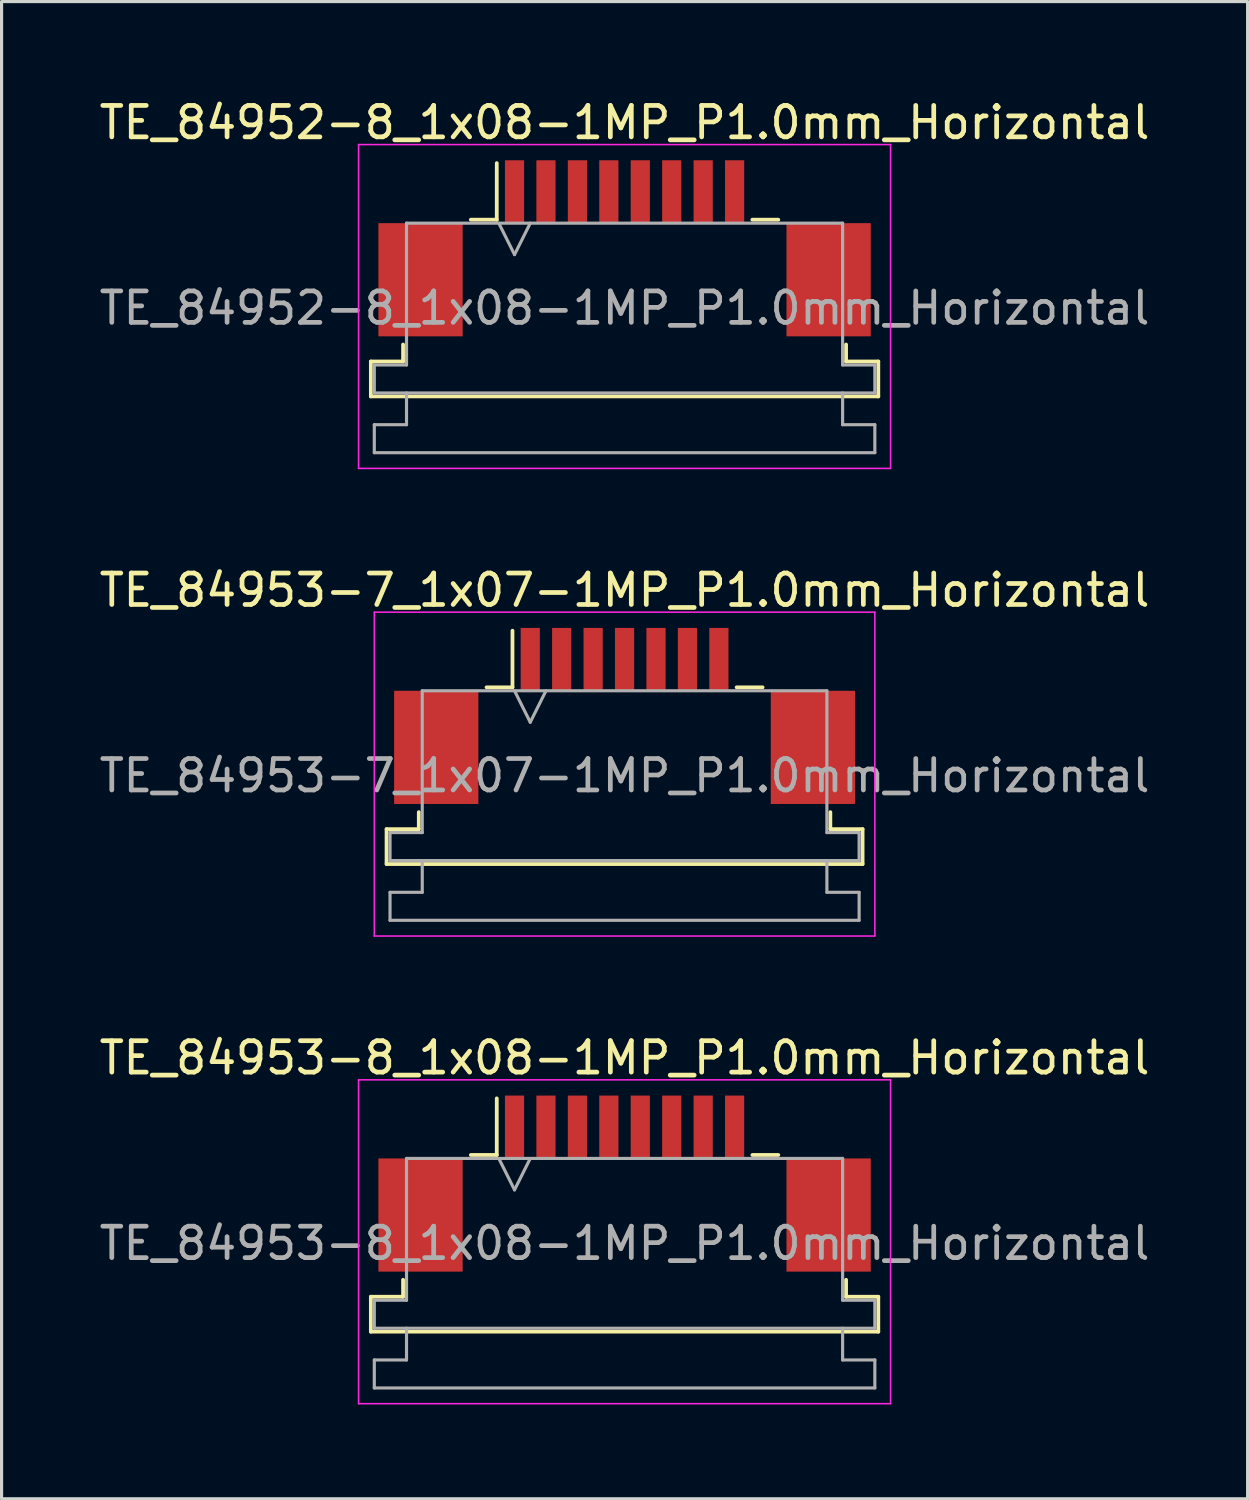
<source format=kicad_pcb>
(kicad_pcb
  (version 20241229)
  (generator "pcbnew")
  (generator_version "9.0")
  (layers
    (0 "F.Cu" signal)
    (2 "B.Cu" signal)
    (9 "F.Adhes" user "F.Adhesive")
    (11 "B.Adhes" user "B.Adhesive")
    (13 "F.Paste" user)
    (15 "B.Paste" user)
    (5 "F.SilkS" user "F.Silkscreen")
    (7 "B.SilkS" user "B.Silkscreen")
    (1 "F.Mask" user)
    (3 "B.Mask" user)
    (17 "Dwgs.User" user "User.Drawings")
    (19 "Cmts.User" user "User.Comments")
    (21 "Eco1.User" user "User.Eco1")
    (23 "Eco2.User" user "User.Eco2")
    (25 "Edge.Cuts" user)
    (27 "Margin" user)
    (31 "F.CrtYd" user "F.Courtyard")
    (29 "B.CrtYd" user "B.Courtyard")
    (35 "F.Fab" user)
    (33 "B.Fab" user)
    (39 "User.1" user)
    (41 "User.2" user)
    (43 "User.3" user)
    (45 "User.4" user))
  (footprint "TE_84952-8_1x08-1MP_P1.0mm_Horizontal"
    (layer "F.Cu")
    (at 16.815 4.848)
    (property "Reference" "TE_84952-8_1x08-1MP_P1.0mm_Horizontal" (at 0 -4 0) (layer "F.SilkS") (effects (font (size 1 1) (thickness 0.15))))
    (attr smd)
    (fp_line (start -8.07 3.6) (end -7.045 3.6) (stroke (width 0.12) (type solid)) (layer "F.SilkS"))
    (fp_line (start -8.07 4.71) (end -8.07 3.6) (stroke (width 0.12) (type solid)) (layer "F.SilkS"))
    (fp_line (start -7.045 3.6) (end -7.045 3.06) (stroke (width 0.12) (type solid)) (layer "F.SilkS"))
    (fp_line (start -4.89 -0.91) (end -4.065 -0.91) (stroke (width 0.12) (type solid)) (layer "F.SilkS"))
    (fp_line (start -4.065 -0.91) (end -4.065 -2.71) (stroke (width 0.12) (type solid)) (layer "F.SilkS"))
    (fp_line (start 4.065 -0.91) (end 4.89 -0.91) (stroke (width 0.12) (type solid)) (layer "F.SilkS"))
    (fp_line (start 7.045 3.06) (end 7.045 3.6) (stroke (width 0.12) (type solid)) (layer "F.SilkS"))
    (fp_line (start 7.045 3.6) (end 8.07 3.6) (stroke (width 0.12) (type solid)) (layer "F.SilkS"))
    (fp_line (start 8.07 3.6) (end 8.07 4.71) (stroke (width 0.12) (type solid)) (layer "F.SilkS"))
    (fp_line (start 8.07 4.71) (end -8.07 4.71) (stroke (width 0.12) (type solid)) (layer "F.SilkS"))
    (fp_line (start -8.46 -3.3) (end -8.46 7) (stroke (width 0.05) (type solid)) (layer "F.CrtYd"))
    (fp_line (start -8.46 7) (end 8.46 7) (stroke (width 0.05) (type solid)) (layer "F.CrtYd"))
    (fp_line (start 8.46 -3.3) (end -8.46 -3.3) (stroke (width 0.05) (type solid)) (layer "F.CrtYd"))
    (fp_line (start 8.46 7) (end 8.46 -3.3) (stroke (width 0.05) (type solid)) (layer "F.CrtYd"))
    (fp_line (start -7.96 3.71) (end -6.935 3.71) (stroke (width 0.1) (type solid)) (layer "F.Fab"))
    (fp_line (start -7.96 4.6) (end -7.96 3.71) (stroke (width 0.1) (type solid)) (layer "F.Fab"))
    (fp_line (start -7.96 5.61) (end -6.935 5.61) (stroke (width 0.1) (type solid)) (layer "F.Fab"))
    (fp_line (start -7.96 6.5) (end -7.96 5.61) (stroke (width 0.1) (type solid)) (layer "F.Fab"))
    (fp_line (start -6.935 -0.8) (end 6.935 -0.8) (stroke (width 0.1) (type solid)) (layer "F.Fab"))
    (fp_line (start -6.935 3.71) (end -6.935 -0.8) (stroke (width 0.1) (type solid)) (layer "F.Fab"))
    (fp_line (start -6.935 5.61) (end -6.935 4.6) (stroke (width 0.1) (type solid)) (layer "F.Fab"))
    (fp_line (start -4 -0.8) (end -3.5 0.2) (stroke (width 0.1) (type solid)) (layer "F.Fab"))
    (fp_line (start -3.5 0.2) (end -3 -0.8) (stroke (width 0.1) (type solid)) (layer "F.Fab"))
    (fp_line (start 6.935 -0.8) (end 6.935 3.71) (stroke (width 0.1) (type solid)) (layer "F.Fab"))
    (fp_line (start 6.935 3.71) (end 7.96 3.71) (stroke (width 0.1) (type solid)) (layer "F.Fab"))
    (fp_line (start 6.935 4.6) (end 6.935 5.61) (stroke (width 0.1) (type solid)) (layer "F.Fab"))
    (fp_line (start 6.935 5.61) (end 7.96 5.61) (stroke (width 0.1) (type solid)) (layer "F.Fab"))
    (fp_line (start 7.96 3.71) (end 7.96 4.6) (stroke (width 0.1) (type solid)) (layer "F.Fab"))
    (fp_line (start 7.96 4.6) (end -7.96 4.6) (stroke (width 0.1) (type solid)) (layer "F.Fab"))
    (fp_line (start 7.96 5.61) (end 7.96 6.5) (stroke (width 0.1) (type solid)) (layer "F.Fab"))
    (fp_line (start 7.96 6.5) (end -7.96 6.5) (stroke (width 0.1) (type solid)) (layer "F.Fab"))
    (fp_text user "${REFERENCE}" (at 0 1.9 0) (layer "F.Fab") (effects (font (size 1 1) (thickness 0.15))))
    (pad "1" smd rect (at -3.5 -1.8) (size 0.61 2) (layers "F.Cu" "F.Mask" "F.Paste"))
    (pad "2" smd rect (at -2.5 -1.8) (size 0.61 2) (layers "F.Cu" "F.Mask" "F.Paste"))
    (pad "3" smd rect (at -1.5 -1.8) (size 0.61 2) (layers "F.Cu" "F.Mask" "F.Paste"))
    (pad "4" smd rect (at -0.5 -1.8) (size 0.61 2) (layers "F.Cu" "F.Mask" "F.Paste"))
    (pad "5" smd rect (at 0.5 -1.8) (size 0.61 2) (layers "F.Cu" "F.Mask" "F.Paste"))
    (pad "6" smd rect (at 1.5 -1.8) (size 0.61 2) (layers "F.Cu" "F.Mask" "F.Paste"))
    (pad "7" smd rect (at 2.5 -1.8) (size 0.61 2) (layers "F.Cu" "F.Mask" "F.Paste"))
    (pad "8" smd rect (at 3.5 -1.8) (size 0.61 2) (layers "F.Cu" "F.Mask" "F.Paste"))
    (pad "MP" smd rect (at -6.49 1) (size 2.68 3.6) (layers "F.Cu" "F.Mask" "F.Paste"))
    (pad "MP" smd rect (at 6.49 1) (size 2.68 3.6) (layers "F.Cu" "F.Mask" "F.Paste")))
  (footprint "TE_84953-7_1x07-1MP_P1.0mm_Horizontal"
    (layer "F.Cu")
    (at 16.815 19.721)
    (property "Reference" "TE_84953-7_1x07-1MP_P1.0mm_Horizontal" (at 0 -4 0) (layer "F.SilkS") (effects (font (size 1 1) (thickness 0.15))))
    (attr smd)
    (fp_line (start -7.57 3.6) (end -6.545 3.6) (stroke (width 0.12) (type solid)) (layer "F.SilkS"))
    (fp_line (start -7.57 4.71) (end -7.57 3.6) (stroke (width 0.12) (type solid)) (layer "F.SilkS"))
    (fp_line (start -6.545 3.6) (end -6.545 3.06) (stroke (width 0.12) (type solid)) (layer "F.SilkS"))
    (fp_line (start -4.39 -0.91) (end -3.565 -0.91) (stroke (width 0.12) (type solid)) (layer "F.SilkS"))
    (fp_line (start -3.565 -0.91) (end -3.565 -2.71) (stroke (width 0.12) (type solid)) (layer "F.SilkS"))
    (fp_line (start 3.565 -0.91) (end 4.39 -0.91) (stroke (width 0.12) (type solid)) (layer "F.SilkS"))
    (fp_line (start 6.545 3.06) (end 6.545 3.6) (stroke (width 0.12) (type solid)) (layer "F.SilkS"))
    (fp_line (start 6.545 3.6) (end 7.57 3.6) (stroke (width 0.12) (type solid)) (layer "F.SilkS"))
    (fp_line (start 7.57 3.6) (end 7.57 4.71) (stroke (width 0.12) (type solid)) (layer "F.SilkS"))
    (fp_line (start 7.57 4.71) (end -7.57 4.71) (stroke (width 0.12) (type solid)) (layer "F.SilkS"))
    (fp_line (start -7.96 -3.3) (end -7.96 7) (stroke (width 0.05) (type solid)) (layer "F.CrtYd"))
    (fp_line (start -7.96 7) (end 7.96 7) (stroke (width 0.05) (type solid)) (layer "F.CrtYd"))
    (fp_line (start 7.96 -3.3) (end -7.96 -3.3) (stroke (width 0.05) (type solid)) (layer "F.CrtYd"))
    (fp_line (start 7.96 7) (end 7.96 -3.3) (stroke (width 0.05) (type solid)) (layer "F.CrtYd"))
    (fp_line (start -7.46 3.71) (end -6.435 3.71) (stroke (width 0.1) (type solid)) (layer "F.Fab"))
    (fp_line (start -7.46 4.6) (end -7.46 3.71) (stroke (width 0.1) (type solid)) (layer "F.Fab"))
    (fp_line (start -7.46 5.61) (end -6.435 5.61) (stroke (width 0.1) (type solid)) (layer "F.Fab"))
    (fp_line (start -7.46 6.5) (end -7.46 5.61) (stroke (width 0.1) (type solid)) (layer "F.Fab"))
    (fp_line (start -6.435 -0.8) (end 6.435 -0.8) (stroke (width 0.1) (type solid)) (layer "F.Fab"))
    (fp_line (start -6.435 3.71) (end -6.435 -0.8) (stroke (width 0.1) (type solid)) (layer "F.Fab"))
    (fp_line (start -6.435 5.61) (end -6.435 4.6) (stroke (width 0.1) (type solid)) (layer "F.Fab"))
    (fp_line (start -3.5 -0.8) (end -3 0.2) (stroke (width 0.1) (type solid)) (layer "F.Fab"))
    (fp_line (start -3 0.2) (end -2.5 -0.8) (stroke (width 0.1) (type solid)) (layer "F.Fab"))
    (fp_line (start 6.435 -0.8) (end 6.435 3.71) (stroke (width 0.1) (type solid)) (layer "F.Fab"))
    (fp_line (start 6.435 3.71) (end 7.46 3.71) (stroke (width 0.1) (type solid)) (layer "F.Fab"))
    (fp_line (start 6.435 4.6) (end 6.435 5.61) (stroke (width 0.1) (type solid)) (layer "F.Fab"))
    (fp_line (start 6.435 5.61) (end 7.46 5.61) (stroke (width 0.1) (type solid)) (layer "F.Fab"))
    (fp_line (start 7.46 3.71) (end 7.46 4.6) (stroke (width 0.1) (type solid)) (layer "F.Fab"))
    (fp_line (start 7.46 4.6) (end -7.46 4.6) (stroke (width 0.1) (type solid)) (layer "F.Fab"))
    (fp_line (start 7.46 5.61) (end 7.46 6.5) (stroke (width 0.1) (type solid)) (layer "F.Fab"))
    (fp_line (start 7.46 6.5) (end -7.46 6.5) (stroke (width 0.1) (type solid)) (layer "F.Fab"))
    (fp_text user "${REFERENCE}" (at 0 1.9 0) (layer "F.Fab") (effects (font (size 1 1) (thickness 0.15))))
    (pad "1" smd rect (at -3 -1.8) (size 0.61 2) (layers "F.Cu" "F.Mask" "F.Paste"))
    (pad "2" smd rect (at -2 -1.8) (size 0.61 2) (layers "F.Cu" "F.Mask" "F.Paste"))
    (pad "3" smd rect (at -1 -1.8) (size 0.61 2) (layers "F.Cu" "F.Mask" "F.Paste"))
    (pad "4" smd rect (at 0 -1.8) (size 0.61 2) (layers "F.Cu" "F.Mask" "F.Paste"))
    (pad "5" smd rect (at 1 -1.8) (size 0.61 2) (layers "F.Cu" "F.Mask" "F.Paste"))
    (pad "6" smd rect (at 2 -1.8) (size 0.61 2) (layers "F.Cu" "F.Mask" "F.Paste"))
    (pad "7" smd rect (at 3 -1.8) (size 0.61 2) (layers "F.Cu" "F.Mask" "F.Paste"))
    (pad "MP" smd rect (at -5.99 1) (size 2.68 3.6) (layers "F.Cu" "F.Mask" "F.Paste"))
    (pad "MP" smd rect (at 5.99 1) (size 2.68 3.6) (layers "F.Cu" "F.Mask" "F.Paste")))
  (footprint "TE_84953-8_1x08-1MP_P1.0mm_Horizontal"
    (layer "F.Cu")
    (at 16.815 34.595)
    (property "Reference" "TE_84953-8_1x08-1MP_P1.0mm_Horizontal" (at 0 -4 0) (layer "F.SilkS") (effects (font (size 1 1) (thickness 0.15))))
    (attr smd)
    (fp_line (start -8.07 3.6) (end -7.045 3.6) (stroke (width 0.12) (type solid)) (layer "F.SilkS"))
    (fp_line (start -8.07 4.71) (end -8.07 3.6) (stroke (width 0.12) (type solid)) (layer "F.SilkS"))
    (fp_line (start -7.045 3.6) (end -7.045 3.06) (stroke (width 0.12) (type solid)) (layer "F.SilkS"))
    (fp_line (start -4.89 -0.91) (end -4.065 -0.91) (stroke (width 0.12) (type solid)) (layer "F.SilkS"))
    (fp_line (start -4.065 -0.91) (end -4.065 -2.71) (stroke (width 0.12) (type solid)) (layer "F.SilkS"))
    (fp_line (start 4.065 -0.91) (end 4.89 -0.91) (stroke (width 0.12) (type solid)) (layer "F.SilkS"))
    (fp_line (start 7.045 3.06) (end 7.045 3.6) (stroke (width 0.12) (type solid)) (layer "F.SilkS"))
    (fp_line (start 7.045 3.6) (end 8.07 3.6) (stroke (width 0.12) (type solid)) (layer "F.SilkS"))
    (fp_line (start 8.07 3.6) (end 8.07 4.71) (stroke (width 0.12) (type solid)) (layer "F.SilkS"))
    (fp_line (start 8.07 4.71) (end -8.07 4.71) (stroke (width 0.12) (type solid)) (layer "F.SilkS"))
    (fp_line (start -8.46 -3.3) (end -8.46 7) (stroke (width 0.05) (type solid)) (layer "F.CrtYd"))
    (fp_line (start -8.46 7) (end 8.46 7) (stroke (width 0.05) (type solid)) (layer "F.CrtYd"))
    (fp_line (start 8.46 -3.3) (end -8.46 -3.3) (stroke (width 0.05) (type solid)) (layer "F.CrtYd"))
    (fp_line (start 8.46 7) (end 8.46 -3.3) (stroke (width 0.05) (type solid)) (layer "F.CrtYd"))
    (fp_line (start -7.96 3.71) (end -6.935 3.71) (stroke (width 0.1) (type solid)) (layer "F.Fab"))
    (fp_line (start -7.96 4.6) (end -7.96 3.71) (stroke (width 0.1) (type solid)) (layer "F.Fab"))
    (fp_line (start -7.96 5.61) (end -6.935 5.61) (stroke (width 0.1) (type solid)) (layer "F.Fab"))
    (fp_line (start -7.96 6.5) (end -7.96 5.61) (stroke (width 0.1) (type solid)) (layer "F.Fab"))
    (fp_line (start -6.935 -0.8) (end 6.935 -0.8) (stroke (width 0.1) (type solid)) (layer "F.Fab"))
    (fp_line (start -6.935 3.71) (end -6.935 -0.8) (stroke (width 0.1) (type solid)) (layer "F.Fab"))
    (fp_line (start -6.935 5.61) (end -6.935 4.6) (stroke (width 0.1) (type solid)) (layer "F.Fab"))
    (fp_line (start -4 -0.8) (end -3.5 0.2) (stroke (width 0.1) (type solid)) (layer "F.Fab"))
    (fp_line (start -3.5 0.2) (end -3 -0.8) (stroke (width 0.1) (type solid)) (layer "F.Fab"))
    (fp_line (start 6.935 -0.8) (end 6.935 3.71) (stroke (width 0.1) (type solid)) (layer "F.Fab"))
    (fp_line (start 6.935 3.71) (end 7.96 3.71) (stroke (width 0.1) (type solid)) (layer "F.Fab"))
    (fp_line (start 6.935 4.6) (end 6.935 5.61) (stroke (width 0.1) (type solid)) (layer "F.Fab"))
    (fp_line (start 6.935 5.61) (end 7.96 5.61) (stroke (width 0.1) (type solid)) (layer "F.Fab"))
    (fp_line (start 7.96 3.71) (end 7.96 4.6) (stroke (width 0.1) (type solid)) (layer "F.Fab"))
    (fp_line (start 7.96 4.6) (end -7.96 4.6) (stroke (width 0.1) (type solid)) (layer "F.Fab"))
    (fp_line (start 7.96 5.61) (end 7.96 6.5) (stroke (width 0.1) (type solid)) (layer "F.Fab"))
    (fp_line (start 7.96 6.5) (end -7.96 6.5) (stroke (width 0.1) (type solid)) (layer "F.Fab"))
    (fp_text user "${REFERENCE}" (at 0 1.9 0) (layer "F.Fab") (effects (font (size 1 1) (thickness 0.15))))
    (pad "1" smd rect (at -3.5 -1.8) (size 0.61 2) (layers "F.Cu" "F.Mask" "F.Paste"))
    (pad "2" smd rect (at -2.5 -1.8) (size 0.61 2) (layers "F.Cu" "F.Mask" "F.Paste"))
    (pad "3" smd rect (at -1.5 -1.8) (size 0.61 2) (layers "F.Cu" "F.Mask" "F.Paste"))
    (pad "4" smd rect (at -0.5 -1.8) (size 0.61 2) (layers "F.Cu" "F.Mask" "F.Paste"))
    (pad "5" smd rect (at 0.5 -1.8) (size 0.61 2) (layers "F.Cu" "F.Mask" "F.Paste"))
    (pad "6" smd rect (at 1.5 -1.8) (size 0.61 2) (layers "F.Cu" "F.Mask" "F.Paste"))
    (pad "7" smd rect (at 2.5 -1.8) (size 0.61 2) (layers "F.Cu" "F.Mask" "F.Paste"))
    (pad "8" smd rect (at 3.5 -1.8) (size 0.61 2) (layers "F.Cu" "F.Mask" "F.Paste"))
    (pad "MP" smd rect (at -6.49 1) (size 2.68 3.6) (layers "F.Cu" "F.Mask" "F.Paste"))
    (pad "MP" smd rect (at 6.49 1) (size 2.68 3.6) (layers "F.Cu" "F.Mask" "F.Paste")))
  (gr_rect
    (start -3 -3)
    (end 36.631 44.62)
    (stroke (width 0.1) (type default))
    (fill no)
    (layer "Edge.Cuts")))
</source>
